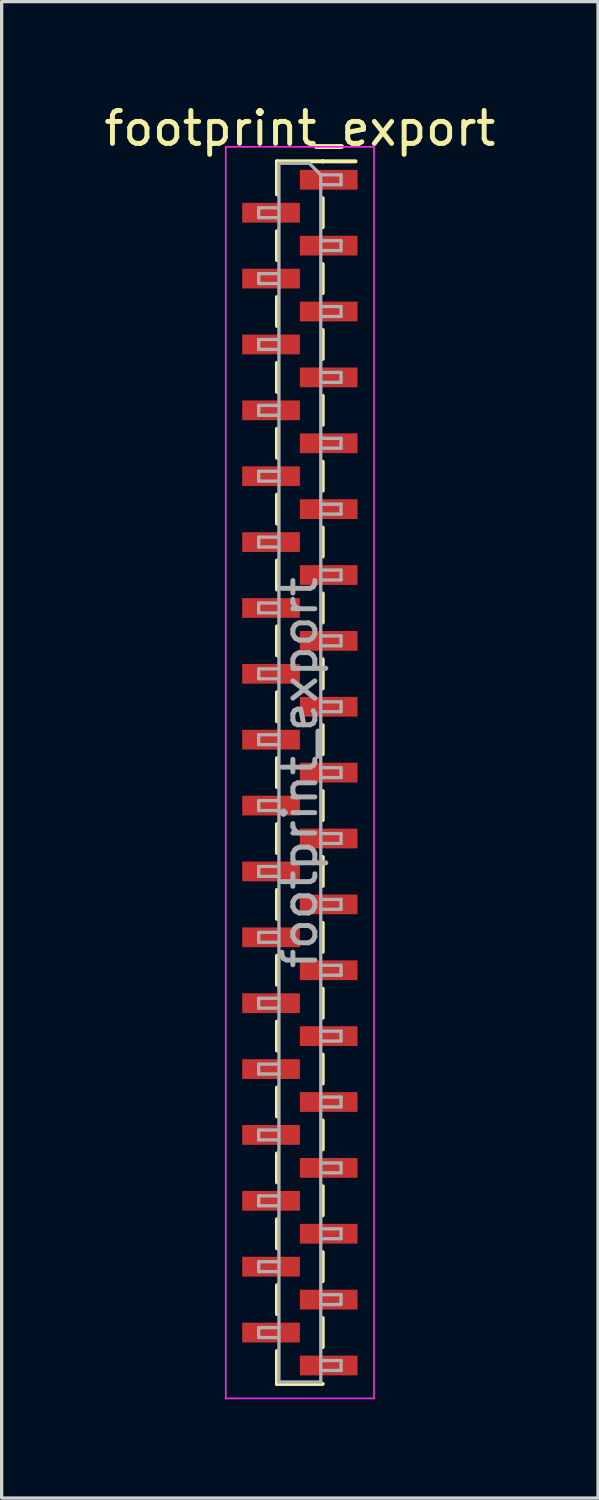
<source format=kicad_pcb>
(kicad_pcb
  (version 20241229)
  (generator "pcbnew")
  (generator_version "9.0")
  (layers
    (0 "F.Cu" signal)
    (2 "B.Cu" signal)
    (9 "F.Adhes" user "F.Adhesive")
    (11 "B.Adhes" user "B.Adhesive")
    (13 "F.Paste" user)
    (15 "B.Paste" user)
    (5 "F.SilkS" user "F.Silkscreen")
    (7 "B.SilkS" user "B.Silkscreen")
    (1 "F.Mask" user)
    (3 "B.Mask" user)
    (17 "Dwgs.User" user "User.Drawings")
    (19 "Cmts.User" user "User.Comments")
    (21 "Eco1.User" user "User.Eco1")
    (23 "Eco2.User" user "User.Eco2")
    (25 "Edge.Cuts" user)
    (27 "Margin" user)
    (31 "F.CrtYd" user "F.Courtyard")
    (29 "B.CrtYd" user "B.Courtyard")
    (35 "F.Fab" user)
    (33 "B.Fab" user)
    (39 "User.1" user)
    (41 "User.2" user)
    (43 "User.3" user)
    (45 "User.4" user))
  (footprint "footprint_export"
    (layer "F.Cu")
    (at 6.054 20.408)
    (property "Reference" "footprint_export" (at 0 -19.56 0) (layer "F.SilkS") (effects (font (size 1 1) (thickness 0.15))))
    (attr smd)
    (fp_line (start -0.695 -18.56) (end -0.695 -17.56) (stroke (width 0.12) (type solid)) (layer "F.SilkS"))
    (fp_line (start -0.695 -18.56) (end 0.695 -18.56) (stroke (width 0.12) (type solid)) (layer "F.SilkS"))
    (fp_line (start -0.695 -18.44) (end -0.695 -17.56) (stroke (width 0.12) (type solid)) (layer "F.SilkS"))
    (fp_line (start -0.695 -16.44) (end -0.695 -15.56) (stroke (width 0.12) (type solid)) (layer "F.SilkS"))
    (fp_line (start -0.695 -14.44) (end -0.695 -13.56) (stroke (width 0.12) (type solid)) (layer "F.SilkS"))
    (fp_line (start -0.695 -12.44) (end -0.695 -11.56) (stroke (width 0.12) (type solid)) (layer "F.SilkS"))
    (fp_line (start -0.695 -10.44) (end -0.695 -9.56) (stroke (width 0.12) (type solid)) (layer "F.SilkS"))
    (fp_line (start -0.695 -8.44) (end -0.695 -7.56) (stroke (width 0.12) (type solid)) (layer "F.SilkS"))
    (fp_line (start -0.695 -6.44) (end -0.695 -5.56) (stroke (width 0.12) (type solid)) (layer "F.SilkS"))
    (fp_line (start -0.695 -4.44) (end -0.695 -3.56) (stroke (width 0.12) (type solid)) (layer "F.SilkS"))
    (fp_line (start -0.695 -2.44) (end -0.695 -1.56) (stroke (width 0.12) (type solid)) (layer "F.SilkS"))
    (fp_line (start -0.695 -0.44) (end -0.695 0.44) (stroke (width 0.12) (type solid)) (layer "F.SilkS"))
    (fp_line (start -0.695 1.56) (end -0.695 2.44) (stroke (width 0.12) (type solid)) (layer "F.SilkS"))
    (fp_line (start -0.695 3.56) (end -0.695 4.44) (stroke (width 0.12) (type solid)) (layer "F.SilkS"))
    (fp_line (start -0.695 5.56) (end -0.695 6.44) (stroke (width 0.12) (type solid)) (layer "F.SilkS"))
    (fp_line (start -0.695 7.56) (end -0.695 8.44) (stroke (width 0.12) (type solid)) (layer "F.SilkS"))
    (fp_line (start -0.695 9.56) (end -0.695 10.44) (stroke (width 0.12) (type solid)) (layer "F.SilkS"))
    (fp_line (start -0.695 11.56) (end -0.695 12.44) (stroke (width 0.12) (type solid)) (layer "F.SilkS"))
    (fp_line (start -0.695 13.56) (end -0.695 14.44) (stroke (width 0.12) (type solid)) (layer "F.SilkS"))
    (fp_line (start -0.695 15.56) (end -0.695 16.44) (stroke (width 0.12) (type solid)) (layer "F.SilkS"))
    (fp_line (start -0.695 17.56) (end -0.695 18.56) (stroke (width 0.12) (type solid)) (layer "F.SilkS"))
    (fp_line (start -0.695 18.56) (end -0.695 18.56) (stroke (width 0.12) (type solid)) (layer "F.SilkS"))
    (fp_line (start -0.695 18.56) (end 0.695 18.56) (stroke (width 0.12) (type solid)) (layer "F.SilkS"))
    (fp_line (start 0.695 -18.56) (end 0.695 -18.56) (stroke (width 0.12) (type solid)) (layer "F.SilkS"))
    (fp_line (start 0.695 -18.56) (end 1.69 -18.56) (stroke (width 0.12) (type solid)) (layer "F.SilkS"))
    (fp_line (start 0.695 -17.44) (end 0.695 -16.56) (stroke (width 0.12) (type solid)) (layer "F.SilkS"))
    (fp_line (start 0.695 -15.44) (end 0.695 -14.56) (stroke (width 0.12) (type solid)) (layer "F.SilkS"))
    (fp_line (start 0.695 -13.44) (end 0.695 -12.56) (stroke (width 0.12) (type solid)) (layer "F.SilkS"))
    (fp_line (start 0.695 -11.44) (end 0.695 -10.56) (stroke (width 0.12) (type solid)) (layer "F.SilkS"))
    (fp_line (start 0.695 -9.44) (end 0.695 -8.56) (stroke (width 0.12) (type solid)) (layer "F.SilkS"))
    (fp_line (start 0.695 -7.44) (end 0.695 -6.56) (stroke (width 0.12) (type solid)) (layer "F.SilkS"))
    (fp_line (start 0.695 -5.44) (end 0.695 -4.56) (stroke (width 0.12) (type solid)) (layer "F.SilkS"))
    (fp_line (start 0.695 -3.44) (end 0.695 -2.56) (stroke (width 0.12) (type solid)) (layer "F.SilkS"))
    (fp_line (start 0.695 -1.44) (end 0.695 -0.56) (stroke (width 0.12) (type solid)) (layer "F.SilkS"))
    (fp_line (start 0.695 0.56) (end 0.695 1.44) (stroke (width 0.12) (type solid)) (layer "F.SilkS"))
    (fp_line (start 0.695 2.56) (end 0.695 3.44) (stroke (width 0.12) (type solid)) (layer "F.SilkS"))
    (fp_line (start 0.695 4.56) (end 0.695 5.44) (stroke (width 0.12) (type solid)) (layer "F.SilkS"))
    (fp_line (start 0.695 6.56) (end 0.695 7.44) (stroke (width 0.12) (type solid)) (layer "F.SilkS"))
    (fp_line (start 0.695 8.56) (end 0.695 9.44) (stroke (width 0.12) (type solid)) (layer "F.SilkS"))
    (fp_line (start 0.695 10.56) (end 0.695 11.44) (stroke (width 0.12) (type solid)) (layer "F.SilkS"))
    (fp_line (start 0.695 12.56) (end 0.695 13.44) (stroke (width 0.12) (type solid)) (layer "F.SilkS"))
    (fp_line (start 0.695 14.56) (end 0.695 15.44) (stroke (width 0.12) (type solid)) (layer "F.SilkS"))
    (fp_line (start 0.695 16.56) (end 0.695 17.44) (stroke (width 0.12) (type solid)) (layer "F.SilkS"))
    (fp_line (start -2.25 -19) (end -2.25 19) (stroke (width 0.05) (type solid)) (layer "F.CrtYd"))
    (fp_line (start -2.25 19) (end 2.25 19) (stroke (width 0.05) (type solid)) (layer "F.CrtYd"))
    (fp_line (start 2.25 -19) (end -2.25 -19) (stroke (width 0.05) (type solid)) (layer "F.CrtYd"))
    (fp_line (start 2.25 19) (end 2.25 -19) (stroke (width 0.05) (type solid)) (layer "F.CrtYd"))
    (fp_line (start -1.25 -17.15) (end -1.25 -16.85) (stroke (width 0.1) (type solid)) (layer "F.Fab"))
    (fp_line (start -1.25 -16.85) (end -0.635 -16.85) (stroke (width 0.1) (type solid)) (layer "F.Fab"))
    (fp_line (start -1.25 -15.15) (end -1.25 -14.85) (stroke (width 0.1) (type solid)) (layer "F.Fab"))
    (fp_line (start -1.25 -14.85) (end -0.635 -14.85) (stroke (width 0.1) (type solid)) (layer "F.Fab"))
    (fp_line (start -1.25 -13.15) (end -1.25 -12.85) (stroke (width 0.1) (type solid)) (layer "F.Fab"))
    (fp_line (start -1.25 -12.85) (end -0.635 -12.85) (stroke (width 0.1) (type solid)) (layer "F.Fab"))
    (fp_line (start -1.25 -11.15) (end -1.25 -10.85) (stroke (width 0.1) (type solid)) (layer "F.Fab"))
    (fp_line (start -1.25 -10.85) (end -0.635 -10.85) (stroke (width 0.1) (type solid)) (layer "F.Fab"))
    (fp_line (start -1.25 -9.15) (end -1.25 -8.85) (stroke (width 0.1) (type solid)) (layer "F.Fab"))
    (fp_line (start -1.25 -8.85) (end -0.635 -8.85) (stroke (width 0.1) (type solid)) (layer "F.Fab"))
    (fp_line (start -1.25 -7.15) (end -1.25 -6.85) (stroke (width 0.1) (type solid)) (layer "F.Fab"))
    (fp_line (start -1.25 -6.85) (end -0.635 -6.85) (stroke (width 0.1) (type solid)) (layer "F.Fab"))
    (fp_line (start -1.25 -5.15) (end -1.25 -4.85) (stroke (width 0.1) (type solid)) (layer "F.Fab"))
    (fp_line (start -1.25 -4.85) (end -0.635 -4.85) (stroke (width 0.1) (type solid)) (layer "F.Fab"))
    (fp_line (start -1.25 -3.15) (end -1.25 -2.85) (stroke (width 0.1) (type solid)) (layer "F.Fab"))
    (fp_line (start -1.25 -2.85) (end -0.635 -2.85) (stroke (width 0.1) (type solid)) (layer "F.Fab"))
    (fp_line (start -1.25 -1.15) (end -1.25 -0.85) (stroke (width 0.1) (type solid)) (layer "F.Fab"))
    (fp_line (start -1.25 -0.85) (end -0.635 -0.85) (stroke (width 0.1) (type solid)) (layer "F.Fab"))
    (fp_line (start -1.25 0.85) (end -1.25 1.15) (stroke (width 0.1) (type solid)) (layer "F.Fab"))
    (fp_line (start -1.25 1.15) (end -0.635 1.15) (stroke (width 0.1) (type solid)) (layer "F.Fab"))
    (fp_line (start -1.25 2.85) (end -1.25 3.15) (stroke (width 0.1) (type solid)) (layer "F.Fab"))
    (fp_line (start -1.25 3.15) (end -0.635 3.15) (stroke (width 0.1) (type solid)) (layer "F.Fab"))
    (fp_line (start -1.25 4.85) (end -1.25 5.15) (stroke (width 0.1) (type solid)) (layer "F.Fab"))
    (fp_line (start -1.25 5.15) (end -0.635 5.15) (stroke (width 0.1) (type solid)) (layer "F.Fab"))
    (fp_line (start -1.25 6.85) (end -1.25 7.15) (stroke (width 0.1) (type solid)) (layer "F.Fab"))
    (fp_line (start -1.25 7.15) (end -0.635 7.15) (stroke (width 0.1) (type solid)) (layer "F.Fab"))
    (fp_line (start -1.25 8.85) (end -1.25 9.15) (stroke (width 0.1) (type solid)) (layer "F.Fab"))
    (fp_line (start -1.25 9.15) (end -0.635 9.15) (stroke (width 0.1) (type solid)) (layer "F.Fab"))
    (fp_line (start -1.25 10.85) (end -1.25 11.15) (stroke (width 0.1) (type solid)) (layer "F.Fab"))
    (fp_line (start -1.25 11.15) (end -0.635 11.15) (stroke (width 0.1) (type solid)) (layer "F.Fab"))
    (fp_line (start -1.25 12.85) (end -1.25 13.15) (stroke (width 0.1) (type solid)) (layer "F.Fab"))
    (fp_line (start -1.25 13.15) (end -0.635 13.15) (stroke (width 0.1) (type solid)) (layer "F.Fab"))
    (fp_line (start -1.25 14.85) (end -1.25 15.15) (stroke (width 0.1) (type solid)) (layer "F.Fab"))
    (fp_line (start -1.25 15.15) (end -0.635 15.15) (stroke (width 0.1) (type solid)) (layer "F.Fab"))
    (fp_line (start -1.25 16.85) (end -1.25 17.15) (stroke (width 0.1) (type solid)) (layer "F.Fab"))
    (fp_line (start -1.25 17.15) (end -0.635 17.15) (stroke (width 0.1) (type solid)) (layer "F.Fab"))
    (fp_line (start -0.635 -18.5) (end -0.635 18.5) (stroke (width 0.1) (type solid)) (layer "F.Fab"))
    (fp_line (start -0.635 -18.5) (end 0.285 -18.5) (stroke (width 0.1) (type solid)) (layer "F.Fab"))
    (fp_line (start -0.635 -17.15) (end -1.25 -17.15) (stroke (width 0.1) (type solid)) (layer "F.Fab"))
    (fp_line (start -0.635 -15.15) (end -1.25 -15.15) (stroke (width 0.1) (type solid)) (layer "F.Fab"))
    (fp_line (start -0.635 -13.15) (end -1.25 -13.15) (stroke (width 0.1) (type solid)) (layer "F.Fab"))
    (fp_line (start -0.635 -11.15) (end -1.25 -11.15) (stroke (width 0.1) (type solid)) (layer "F.Fab"))
    (fp_line (start -0.635 -9.15) (end -1.25 -9.15) (stroke (width 0.1) (type solid)) (layer "F.Fab"))
    (fp_line (start -0.635 -7.15) (end -1.25 -7.15) (stroke (width 0.1) (type solid)) (layer "F.Fab"))
    (fp_line (start -0.635 -5.15) (end -1.25 -5.15) (stroke (width 0.1) (type solid)) (layer "F.Fab"))
    (fp_line (start -0.635 -3.15) (end -1.25 -3.15) (stroke (width 0.1) (type solid)) (layer "F.Fab"))
    (fp_line (start -0.635 -1.15) (end -1.25 -1.15) (stroke (width 0.1) (type solid)) (layer "F.Fab"))
    (fp_line (start -0.635 0.85) (end -1.25 0.85) (stroke (width 0.1) (type solid)) (layer "F.Fab"))
    (fp_line (start -0.635 2.85) (end -1.25 2.85) (stroke (width 0.1) (type solid)) (layer "F.Fab"))
    (fp_line (start -0.635 4.85) (end -1.25 4.85) (stroke (width 0.1) (type solid)) (layer "F.Fab"))
    (fp_line (start -0.635 6.85) (end -1.25 6.85) (stroke (width 0.1) (type solid)) (layer "F.Fab"))
    (fp_line (start -0.635 8.85) (end -1.25 8.85) (stroke (width 0.1) (type solid)) (layer "F.Fab"))
    (fp_line (start -0.635 10.85) (end -1.25 10.85) (stroke (width 0.1) (type solid)) (layer "F.Fab"))
    (fp_line (start -0.635 12.85) (end -1.25 12.85) (stroke (width 0.1) (type solid)) (layer "F.Fab"))
    (fp_line (start -0.635 14.85) (end -1.25 14.85) (stroke (width 0.1) (type solid)) (layer "F.Fab"))
    (fp_line (start -0.635 16.85) (end -1.25 16.85) (stroke (width 0.1) (type solid)) (layer "F.Fab"))
    (fp_line (start 0.635 -18.15) (end 0.285 -18.5) (stroke (width 0.1) (type solid)) (layer "F.Fab"))
    (fp_line (start 0.635 -18.15) (end 1.25 -18.15) (stroke (width 0.1) (type solid)) (layer "F.Fab"))
    (fp_line (start 0.635 -16.15) (end 1.25 -16.15) (stroke (width 0.1) (type solid)) (layer "F.Fab"))
    (fp_line (start 0.635 -14.15) (end 1.25 -14.15) (stroke (width 0.1) (type solid)) (layer "F.Fab"))
    (fp_line (start 0.635 -12.15) (end 1.25 -12.15) (stroke (width 0.1) (type solid)) (layer "F.Fab"))
    (fp_line (start 0.635 -10.15) (end 1.25 -10.15) (stroke (width 0.1) (type solid)) (layer "F.Fab"))
    (fp_line (start 0.635 -8.15) (end 1.25 -8.15) (stroke (width 0.1) (type solid)) (layer "F.Fab"))
    (fp_line (start 0.635 -6.15) (end 1.25 -6.15) (stroke (width 0.1) (type solid)) (layer "F.Fab"))
    (fp_line (start 0.635 -4.15) (end 1.25 -4.15) (stroke (width 0.1) (type solid)) (layer "F.Fab"))
    (fp_line (start 0.635 -2.15) (end 1.25 -2.15) (stroke (width 0.1) (type solid)) (layer "F.Fab"))
    (fp_line (start 0.635 -0.15) (end 1.25 -0.15) (stroke (width 0.1) (type solid)) (layer "F.Fab"))
    (fp_line (start 0.635 1.85) (end 1.25 1.85) (stroke (width 0.1) (type solid)) (layer "F.Fab"))
    (fp_line (start 0.635 3.85) (end 1.25 3.85) (stroke (width 0.1) (type solid)) (layer "F.Fab"))
    (fp_line (start 0.635 5.85) (end 1.25 5.85) (stroke (width 0.1) (type solid)) (layer "F.Fab"))
    (fp_line (start 0.635 7.85) (end 1.25 7.85) (stroke (width 0.1) (type solid)) (layer "F.Fab"))
    (fp_line (start 0.635 9.85) (end 1.25 9.85) (stroke (width 0.1) (type solid)) (layer "F.Fab"))
    (fp_line (start 0.635 11.85) (end 1.25 11.85) (stroke (width 0.1) (type solid)) (layer "F.Fab"))
    (fp_line (start 0.635 13.85) (end 1.25 13.85) (stroke (width 0.1) (type solid)) (layer "F.Fab"))
    (fp_line (start 0.635 15.85) (end 1.25 15.85) (stroke (width 0.1) (type solid)) (layer "F.Fab"))
    (fp_line (start 0.635 17.85) (end 1.25 17.85) (stroke (width 0.1) (type solid)) (layer "F.Fab"))
    (fp_line (start 0.635 18.5) (end -0.635 18.5) (stroke (width 0.1) (type solid)) (layer "F.Fab"))
    (fp_line (start 0.635 18.5) (end 0.635 -18.15) (stroke (width 0.1) (type solid)) (layer "F.Fab"))
    (fp_line (start 1.25 -18.15) (end 1.25 -17.85) (stroke (width 0.1) (type solid)) (layer "F.Fab"))
    (fp_line (start 1.25 -17.85) (end 0.635 -17.85) (stroke (width 0.1) (type solid)) (layer "F.Fab"))
    (fp_line (start 1.25 -16.15) (end 1.25 -15.85) (stroke (width 0.1) (type solid)) (layer "F.Fab"))
    (fp_line (start 1.25 -15.85) (end 0.635 -15.85) (stroke (width 0.1) (type solid)) (layer "F.Fab"))
    (fp_line (start 1.25 -14.15) (end 1.25 -13.85) (stroke (width 0.1) (type solid)) (layer "F.Fab"))
    (fp_line (start 1.25 -13.85) (end 0.635 -13.85) (stroke (width 0.1) (type solid)) (layer "F.Fab"))
    (fp_line (start 1.25 -12.15) (end 1.25 -11.85) (stroke (width 0.1) (type solid)) (layer "F.Fab"))
    (fp_line (start 1.25 -11.85) (end 0.635 -11.85) (stroke (width 0.1) (type solid)) (layer "F.Fab"))
    (fp_line (start 1.25 -10.15) (end 1.25 -9.85) (stroke (width 0.1) (type solid)) (layer "F.Fab"))
    (fp_line (start 1.25 -9.85) (end 0.635 -9.85) (stroke (width 0.1) (type solid)) (layer "F.Fab"))
    (fp_line (start 1.25 -8.15) (end 1.25 -7.85) (stroke (width 0.1) (type solid)) (layer "F.Fab"))
    (fp_line (start 1.25 -7.85) (end 0.635 -7.85) (stroke (width 0.1) (type solid)) (layer "F.Fab"))
    (fp_line (start 1.25 -6.15) (end 1.25 -5.85) (stroke (width 0.1) (type solid)) (layer "F.Fab"))
    (fp_line (start 1.25 -5.85) (end 0.635 -5.85) (stroke (width 0.1) (type solid)) (layer "F.Fab"))
    (fp_line (start 1.25 -4.15) (end 1.25 -3.85) (stroke (width 0.1) (type solid)) (layer "F.Fab"))
    (fp_line (start 1.25 -3.85) (end 0.635 -3.85) (stroke (width 0.1) (type solid)) (layer "F.Fab"))
    (fp_line (start 1.25 -2.15) (end 1.25 -1.85) (stroke (width 0.1) (type solid)) (layer "F.Fab"))
    (fp_line (start 1.25 -1.85) (end 0.635 -1.85) (stroke (width 0.1) (type solid)) (layer "F.Fab"))
    (fp_line (start 1.25 -0.15) (end 1.25 0.15) (stroke (width 0.1) (type solid)) (layer "F.Fab"))
    (fp_line (start 1.25 0.15) (end 0.635 0.15) (stroke (width 0.1) (type solid)) (layer "F.Fab"))
    (fp_line (start 1.25 1.85) (end 1.25 2.15) (stroke (width 0.1) (type solid)) (layer "F.Fab"))
    (fp_line (start 1.25 2.15) (end 0.635 2.15) (stroke (width 0.1) (type solid)) (layer "F.Fab"))
    (fp_line (start 1.25 3.85) (end 1.25 4.15) (stroke (width 0.1) (type solid)) (layer "F.Fab"))
    (fp_line (start 1.25 4.15) (end 0.635 4.15) (stroke (width 0.1) (type solid)) (layer "F.Fab"))
    (fp_line (start 1.25 5.85) (end 1.25 6.15) (stroke (width 0.1) (type solid)) (layer "F.Fab"))
    (fp_line (start 1.25 6.15) (end 0.635 6.15) (stroke (width 0.1) (type solid)) (layer "F.Fab"))
    (fp_line (start 1.25 7.85) (end 1.25 8.15) (stroke (width 0.1) (type solid)) (layer "F.Fab"))
    (fp_line (start 1.25 8.15) (end 0.635 8.15) (stroke (width 0.1) (type solid)) (layer "F.Fab"))
    (fp_line (start 1.25 9.85) (end 1.25 10.15) (stroke (width 0.1) (type solid)) (layer "F.Fab"))
    (fp_line (start 1.25 10.15) (end 0.635 10.15) (stroke (width 0.1) (type solid)) (layer "F.Fab"))
    (fp_line (start 1.25 11.85) (end 1.25 12.15) (stroke (width 0.1) (type solid)) (layer "F.Fab"))
    (fp_line (start 1.25 12.15) (end 0.635 12.15) (stroke (width 0.1) (type solid)) (layer "F.Fab"))
    (fp_line (start 1.25 13.85) (end 1.25 14.15) (stroke (width 0.1) (type solid)) (layer "F.Fab"))
    (fp_line (start 1.25 14.15) (end 0.635 14.15) (stroke (width 0.1) (type solid)) (layer "F.Fab"))
    (fp_line (start 1.25 15.85) (end 1.25 16.15) (stroke (width 0.1) (type solid)) (layer "F.Fab"))
    (fp_line (start 1.25 16.15) (end 0.635 16.15) (stroke (width 0.1) (type solid)) (layer "F.Fab"))
    (fp_line (start 1.25 17.85) (end 1.25 18.15) (stroke (width 0.1) (type solid)) (layer "F.Fab"))
    (fp_line (start 1.25 18.15) (end 0.635 18.15) (stroke (width 0.1) (type solid)) (layer "F.Fab"))
    (fp_text user "${REFERENCE}" (at 0 0 90) (layer "F.Fab") (effects (font (size 1 1) (thickness 0.15))))
    (pad "1" smd rect (at 0.875 -18) (size 1.75 0.6) (layers "F.Cu" "F.Mask" "F.Paste"))
    (pad "2" smd rect (at -0.875 -17) (size 1.75 0.6) (layers "F.Cu" "F.Mask" "F.Paste"))
    (pad "3" smd rect (at 0.875 -16) (size 1.75 0.6) (layers "F.Cu" "F.Mask" "F.Paste"))
    (pad "4" smd rect (at -0.875 -15) (size 1.75 0.6) (layers "F.Cu" "F.Mask" "F.Paste"))
    (pad "5" smd rect (at 0.875 -14) (size 1.75 0.6) (layers "F.Cu" "F.Mask" "F.Paste"))
    (pad "6" smd rect (at -0.875 -13) (size 1.75 0.6) (layers "F.Cu" "F.Mask" "F.Paste"))
    (pad "7" smd rect (at 0.875 -12) (size 1.75 0.6) (layers "F.Cu" "F.Mask" "F.Paste"))
    (pad "8" smd rect (at -0.875 -11) (size 1.75 0.6) (layers "F.Cu" "F.Mask" "F.Paste"))
    (pad "9" smd rect (at 0.875 -10) (size 1.75 0.6) (layers "F.Cu" "F.Mask" "F.Paste"))
    (pad "10" smd rect (at -0.875 -9) (size 1.75 0.6) (layers "F.Cu" "F.Mask" "F.Paste"))
    (pad "11" smd rect (at 0.875 -8) (size 1.75 0.6) (layers "F.Cu" "F.Mask" "F.Paste"))
    (pad "12" smd rect (at -0.875 -7) (size 1.75 0.6) (layers "F.Cu" "F.Mask" "F.Paste"))
    (pad "13" smd rect (at 0.875 -6) (size 1.75 0.6) (layers "F.Cu" "F.Mask" "F.Paste"))
    (pad "14" smd rect (at -0.875 -5) (size 1.75 0.6) (layers "F.Cu" "F.Mask" "F.Paste"))
    (pad "15" smd rect (at 0.875 -4) (size 1.75 0.6) (layers "F.Cu" "F.Mask" "F.Paste"))
    (pad "16" smd rect (at -0.875 -3) (size 1.75 0.6) (layers "F.Cu" "F.Mask" "F.Paste"))
    (pad "17" smd rect (at 0.875 -2) (size 1.75 0.6) (layers "F.Cu" "F.Mask" "F.Paste"))
    (pad "18" smd rect (at -0.875 -1) (size 1.75 0.6) (layers "F.Cu" "F.Mask" "F.Paste"))
    (pad "19" smd rect (at 0.875 0) (size 1.75 0.6) (layers "F.Cu" "F.Mask" "F.Paste"))
    (pad "20" smd rect (at -0.875 1) (size 1.75 0.6) (layers "F.Cu" "F.Mask" "F.Paste"))
    (pad "21" smd rect (at 0.875 2) (size 1.75 0.6) (layers "F.Cu" "F.Mask" "F.Paste"))
    (pad "22" smd rect (at -0.875 3) (size 1.75 0.6) (layers "F.Cu" "F.Mask" "F.Paste"))
    (pad "23" smd rect (at 0.875 4) (size 1.75 0.6) (layers "F.Cu" "F.Mask" "F.Paste"))
    (pad "24" smd rect (at -0.875 5) (size 1.75 0.6) (layers "F.Cu" "F.Mask" "F.Paste"))
    (pad "25" smd rect (at 0.875 6) (size 1.75 0.6) (layers "F.Cu" "F.Mask" "F.Paste"))
    (pad "26" smd rect (at -0.875 7) (size 1.75 0.6) (layers "F.Cu" "F.Mask" "F.Paste"))
    (pad "27" smd rect (at 0.875 8) (size 1.75 0.6) (layers "F.Cu" "F.Mask" "F.Paste"))
    (pad "28" smd rect (at -0.875 9) (size 1.75 0.6) (layers "F.Cu" "F.Mask" "F.Paste"))
    (pad "29" smd rect (at 0.875 10) (size 1.75 0.6) (layers "F.Cu" "F.Mask" "F.Paste"))
    (pad "30" smd rect (at -0.875 11) (size 1.75 0.6) (layers "F.Cu" "F.Mask" "F.Paste"))
    (pad "31" smd rect (at 0.875 12) (size 1.75 0.6) (layers "F.Cu" "F.Mask" "F.Paste"))
    (pad "32" smd rect (at -0.875 13) (size 1.75 0.6) (layers "F.Cu" "F.Mask" "F.Paste"))
    (pad "33" smd rect (at 0.875 14) (size 1.75 0.6) (layers "F.Cu" "F.Mask" "F.Paste"))
    (pad "34" smd rect (at -0.875 15) (size 1.75 0.6) (layers "F.Cu" "F.Mask" "F.Paste"))
    (pad "35" smd rect (at 0.875 16) (size 1.75 0.6) (layers "F.Cu" "F.Mask" "F.Paste"))
    (pad "36" smd rect (at -0.875 17) (size 1.75 0.6) (layers "F.Cu" "F.Mask" "F.Paste"))
    (pad "37" smd rect (at 0.875 18) (size 1.75 0.6) (layers "F.Cu" "F.Mask" "F.Paste")))
  (gr_rect
    (start -3 -3)
    (end 15.107 42.433)
    (stroke (width 0.1) (type default))
    (fill no)
    (layer "Edge.Cuts")))
</source>
